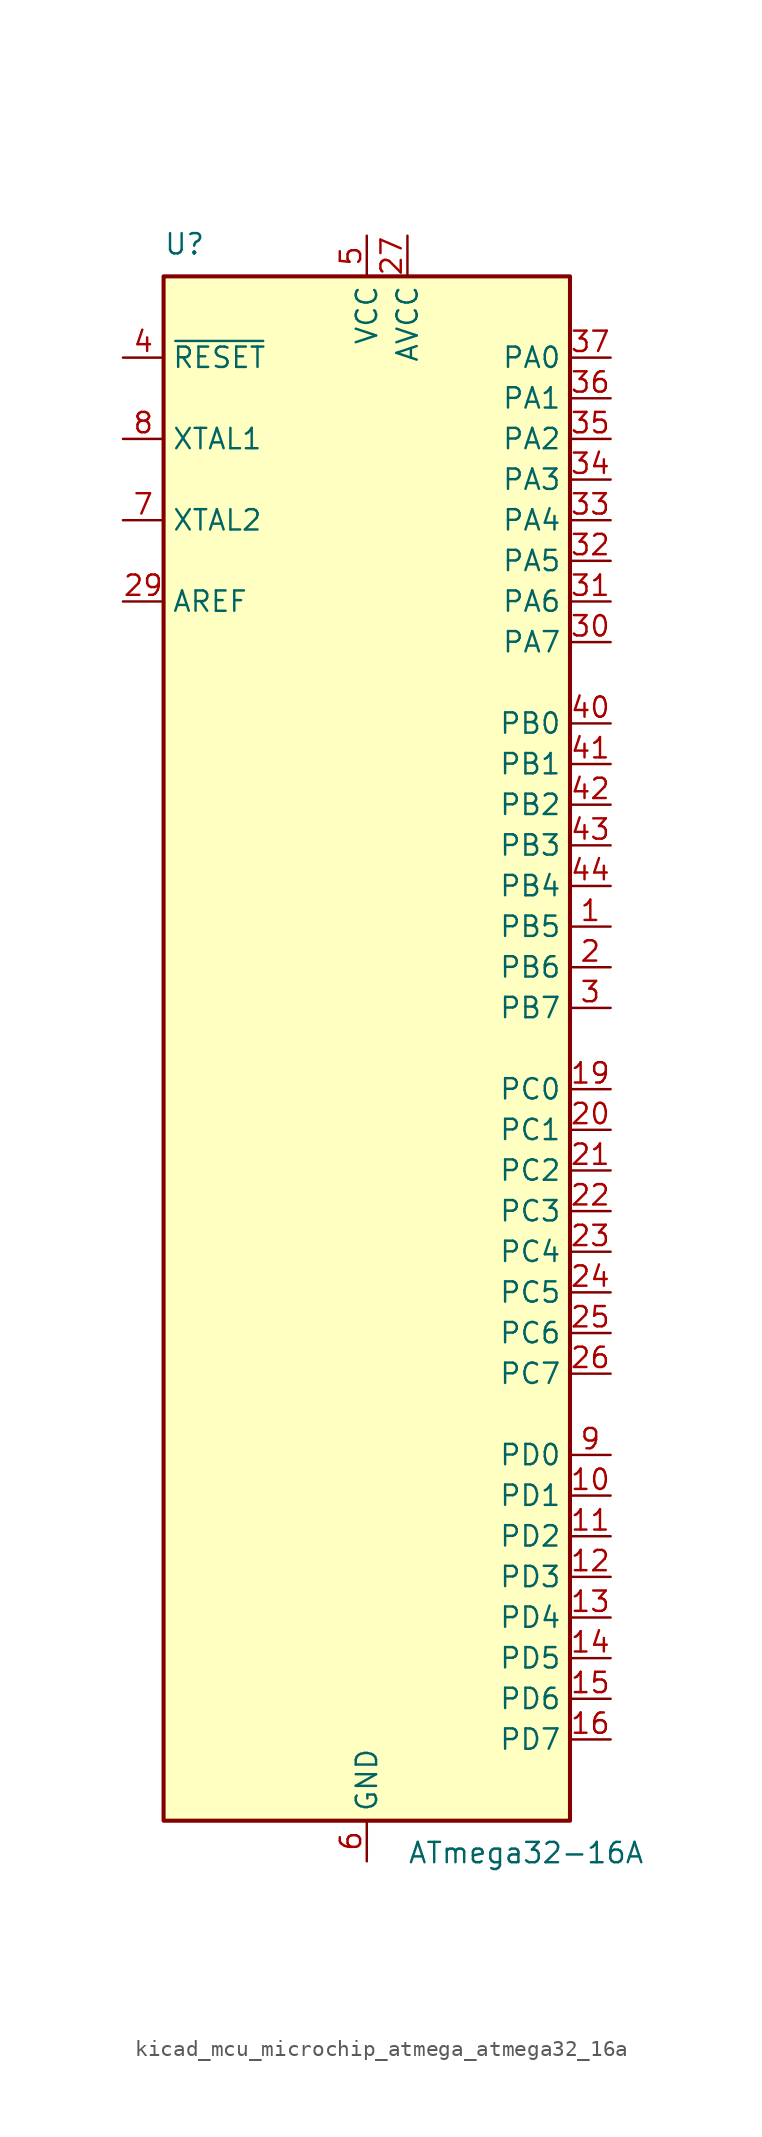
<source format=kicad_sym>
(kicad_symbol_lib
  (version 20220914)
  (generator kicad_symbol_editor)
  (symbol "kicad_mcu_microchip_atmega_atmega32_16a"
    (property "Reference" "U"
      (at -12.7 49.53 0)
      (effects (font (size 1.27 1.27)) (justify left bottom)))
    (property "Value" "ATmega32-16A"
      (at 2.54 -49.53 0)
      (effects (font (size 1.27 1.27)) (justify left top)))
    (symbol "kicad_mcu_microchip_atmega_atmega32_16a_0_1"
      (rectangle (start -12.7 -48.26) (end 12.7 48.26) (stroke (width 0.254) (type default)) (fill (type background))))
    (symbol "kicad_mcu_microchip_atmega_atmega32_16a_1_1"
      (pin bidirectional line (at 15.24 7.62 180) (length 2.54) (name "PB5" (effects (font (size 1.27 1.27)))) (number "1" (effects (font (size 1.27 1.27)))))
      (pin bidirectional line (at 15.24 -27.94 180) (length 2.54) (name "PD1" (effects (font (size 1.27 1.27)))) (number "10" (effects (font (size 1.27 1.27)))))
      (pin bidirectional line (at 15.24 -30.48 180) (length 2.54) (name "PD2" (effects (font (size 1.27 1.27)))) (number "11" (effects (font (size 1.27 1.27)))))
      (pin bidirectional line (at 15.24 -33.02 180) (length 2.54) (name "PD3" (effects (font (size 1.27 1.27)))) (number "12" (effects (font (size 1.27 1.27)))))
      (pin bidirectional line (at 15.24 -35.56 180) (length 2.54) (name "PD4" (effects (font (size 1.27 1.27)))) (number "13" (effects (font (size 1.27 1.27)))))
      (pin bidirectional line (at 15.24 -38.1 180) (length 2.54) (name "PD5" (effects (font (size 1.27 1.27)))) (number "14" (effects (font (size 1.27 1.27)))))
      (pin bidirectional line (at 15.24 -40.64 180) (length 2.54) (name "PD6" (effects (font (size 1.27 1.27)))) (number "15" (effects (font (size 1.27 1.27)))))
      (pin bidirectional line (at 15.24 -43.18 180) (length 2.54) (name "PD7" (effects (font (size 1.27 1.27)))) (number "16" (effects (font (size 1.27 1.27)))))
      (pin passive line (at 0 50.8 270) (length 2.54) hide (name "VCC" (effects (font (size 1.27 1.27)))) (number "17" (effects (font (size 1.27 1.27)))))
      (pin passive line (at 0 -50.8 90) (length 2.54) hide (name "GND" (effects (font (size 1.27 1.27)))) (number "18" (effects (font (size 1.27 1.27)))))
      (pin bidirectional line (at 15.24 -2.54 180) (length 2.54) (name "PC0" (effects (font (size 1.27 1.27)))) (number "19" (effects (font (size 1.27 1.27)))))
      (pin bidirectional line (at 15.24 5.08 180) (length 2.54) (name "PB6" (effects (font (size 1.27 1.27)))) (number "2" (effects (font (size 1.27 1.27)))))
      (pin bidirectional line (at 15.24 -5.08 180) (length 2.54) (name "PC1" (effects (font (size 1.27 1.27)))) (number "20" (effects (font (size 1.27 1.27)))))
      (pin bidirectional line (at 15.24 -7.62 180) (length 2.54) (name "PC2" (effects (font (size 1.27 1.27)))) (number "21" (effects (font (size 1.27 1.27)))))
      (pin bidirectional line (at 15.24 -10.16 180) (length 2.54) (name "PC3" (effects (font (size 1.27 1.27)))) (number "22" (effects (font (size 1.27 1.27)))))
      (pin bidirectional line (at 15.24 -12.7 180) (length 2.54) (name "PC4" (effects (font (size 1.27 1.27)))) (number "23" (effects (font (size 1.27 1.27)))))
      (pin bidirectional line (at 15.24 -15.24 180) (length 2.54) (name "PC5" (effects (font (size 1.27 1.27)))) (number "24" (effects (font (size 1.27 1.27)))))
      (pin bidirectional line (at 15.24 -17.78 180) (length 2.54) (name "PC6" (effects (font (size 1.27 1.27)))) (number "25" (effects (font (size 1.27 1.27)))))
      (pin bidirectional line (at 15.24 -20.32 180) (length 2.54) (name "PC7" (effects (font (size 1.27 1.27)))) (number "26" (effects (font (size 1.27 1.27)))))
      (pin power_in line (at 2.54 50.8 270) (length 2.54) (name "AVCC" (effects (font (size 1.27 1.27)))) (number "27" (effects (font (size 1.27 1.27)))))
      (pin passive line (at 0 -50.8 90) (length 2.54) hide (name "GND" (effects (font (size 1.27 1.27)))) (number "28" (effects (font (size 1.27 1.27)))))
      (pin passive line (at -15.24 27.94 0) (length 2.54) (name "AREF" (effects (font (size 1.27 1.27)))) (number "29" (effects (font (size 1.27 1.27)))))
      (pin bidirectional line (at 15.24 2.54 180) (length 2.54) (name "PB7" (effects (font (size 1.27 1.27)))) (number "3" (effects (font (size 1.27 1.27)))))
      (pin bidirectional line (at 15.24 25.4 180) (length 2.54) (name "PA7" (effects (font (size 1.27 1.27)))) (number "30" (effects (font (size 1.27 1.27)))))
      (pin bidirectional line (at 15.24 27.94 180) (length 2.54) (name "PA6" (effects (font (size 1.27 1.27)))) (number "31" (effects (font (size 1.27 1.27)))))
      (pin bidirectional line (at 15.24 30.48 180) (length 2.54) (name "PA5" (effects (font (size 1.27 1.27)))) (number "32" (effects (font (size 1.27 1.27)))))
      (pin bidirectional line (at 15.24 33.02 180) (length 2.54) (name "PA4" (effects (font (size 1.27 1.27)))) (number "33" (effects (font (size 1.27 1.27)))))
      (pin bidirectional line (at 15.24 35.56 180) (length 2.54) (name "PA3" (effects (font (size 1.27 1.27)))) (number "34" (effects (font (size 1.27 1.27)))))
      (pin bidirectional line (at 15.24 38.1 180) (length 2.54) (name "PA2" (effects (font (size 1.27 1.27)))) (number "35" (effects (font (size 1.27 1.27)))))
      (pin bidirectional line (at 15.24 40.64 180) (length 2.54) (name "PA1" (effects (font (size 1.27 1.27)))) (number "36" (effects (font (size 1.27 1.27)))))
      (pin bidirectional line (at 15.24 43.18 180) (length 2.54) (name "PA0" (effects (font (size 1.27 1.27)))) (number "37" (effects (font (size 1.27 1.27)))))
      (pin passive line (at 0 50.8 270) (length 2.54) hide (name "VCC" (effects (font (size 1.27 1.27)))) (number "38" (effects (font (size 1.27 1.27)))))
      (pin passive line (at 0 -50.8 90) (length 2.54) hide (name "GND" (effects (font (size 1.27 1.27)))) (number "39" (effects (font (size 1.27 1.27)))))
      (pin input line (at -15.24 43.18 0) (length 2.54) (name "~{RESET}" (effects (font (size 1.27 1.27)))) (number "4" (effects (font (size 1.27 1.27)))))
      (pin bidirectional line (at 15.24 20.32 180) (length 2.54) (name "PB0" (effects (font (size 1.27 1.27)))) (number "40" (effects (font (size 1.27 1.27)))))
      (pin bidirectional line (at 15.24 17.78 180) (length 2.54) (name "PB1" (effects (font (size 1.27 1.27)))) (number "41" (effects (font (size 1.27 1.27)))))
      (pin bidirectional line (at 15.24 15.24 180) (length 2.54) (name "PB2" (effects (font (size 1.27 1.27)))) (number "42" (effects (font (size 1.27 1.27)))))
      (pin bidirectional line (at 15.24 12.7 180) (length 2.54) (name "PB3" (effects (font (size 1.27 1.27)))) (number "43" (effects (font (size 1.27 1.27)))))
      (pin bidirectional line (at 15.24 10.16 180) (length 2.54) (name "PB4" (effects (font (size 1.27 1.27)))) (number "44" (effects (font (size 1.27 1.27)))))
      (pin power_in line (at 0 50.8 270) (length 2.54) (name "VCC" (effects (font (size 1.27 1.27)))) (number "5" (effects (font (size 1.27 1.27)))))
      (pin power_in line (at 0 -50.8 90) (length 2.54) (name "GND" (effects (font (size 1.27 1.27)))) (number "6" (effects (font (size 1.27 1.27)))))
      (pin output line (at -15.24 33.02 0) (length 2.54) (name "XTAL2" (effects (font (size 1.27 1.27)))) (number "7" (effects (font (size 1.27 1.27)))))
      (pin input line (at -15.24 38.1 0) (length 2.54) (name "XTAL1" (effects (font (size 1.27 1.27)))) (number "8" (effects (font (size 1.27 1.27)))))
      (pin bidirectional line (at 15.24 -25.4 180) (length 2.54) (name "PD0" (effects (font (size 1.27 1.27)))) (number "9" (effects (font (size 1.27 1.27))))))))
</source>
